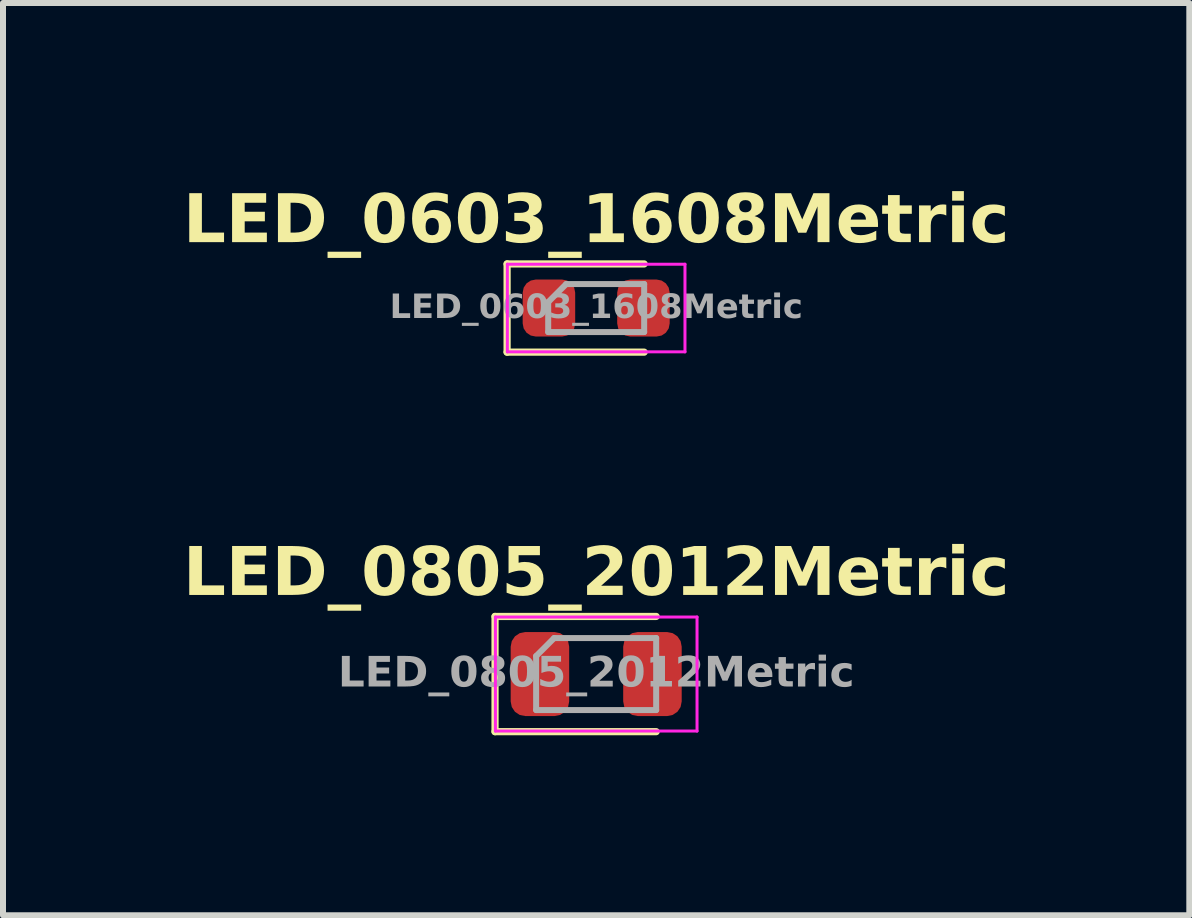
<source format=kicad_pcb>
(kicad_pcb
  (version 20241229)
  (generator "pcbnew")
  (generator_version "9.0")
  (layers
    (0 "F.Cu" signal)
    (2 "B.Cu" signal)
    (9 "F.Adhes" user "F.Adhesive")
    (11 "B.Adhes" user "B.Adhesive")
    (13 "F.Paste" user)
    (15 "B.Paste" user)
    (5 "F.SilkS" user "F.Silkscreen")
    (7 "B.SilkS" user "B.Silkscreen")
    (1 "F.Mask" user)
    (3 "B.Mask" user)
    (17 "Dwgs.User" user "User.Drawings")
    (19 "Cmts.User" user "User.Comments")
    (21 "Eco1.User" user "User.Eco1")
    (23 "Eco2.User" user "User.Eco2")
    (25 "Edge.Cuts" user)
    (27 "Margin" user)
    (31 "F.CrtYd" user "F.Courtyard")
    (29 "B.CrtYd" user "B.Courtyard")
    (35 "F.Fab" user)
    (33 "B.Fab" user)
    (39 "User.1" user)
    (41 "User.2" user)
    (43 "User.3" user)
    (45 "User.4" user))
  (footprint "LED_0603_1608Metric"
    (layer "F.Cu")
    (at 6.882 2.083)
    (property "Reference" "LED_0603_1608Metric" (at 0.003 -1.43 0) (layer "F.SilkS") (effects (font (face "JetBrains Mono SemiBold") (size 0.8 0.8) (thickness 0.1))))
    (attr smd)
    (fp_line (start -1.482 -0.735) (end -1.482 0.735) (stroke (width 0.12) (type solid)) (layer "F.SilkS"))
    (fp_line (start -1.482 0.735) (end 0.802 0.735) (stroke (width 0.12) (type solid)) (layer "F.SilkS"))
    (fp_line (start 0.802 -0.735) (end -1.482 -0.735) (stroke (width 0.12) (type solid)) (layer "F.SilkS"))
    (fp_line (start -1.478 -0.73) (end 1.482 -0.73) (stroke (width 0.05) (type solid)) (layer "F.CrtYd"))
    (fp_line (start -1.478 0.73) (end -1.478 -0.73) (stroke (width 0.05) (type solid)) (layer "F.CrtYd"))
    (fp_line (start 1.482 -0.73) (end 1.482 0.73) (stroke (width 0.05) (type solid)) (layer "F.CrtYd"))
    (fp_line (start 1.482 0.73) (end -1.478 0.73) (stroke (width 0.05) (type solid)) (layer "F.CrtYd"))
    (fp_line (start -0.797 -0.1) (end -0.797 0.4) (stroke (width 0.1) (type solid)) (layer "F.Fab"))
    (fp_line (start -0.797 0.4) (end 0.802 0.4) (stroke (width 0.1) (type solid)) (layer "F.Fab"))
    (fp_line (start -0.497 -0.4) (end -0.797 -0.1) (stroke (width 0.1) (type solid)) (layer "F.Fab"))
    (fp_line (start 0.802 -0.4) (end -0.497 -0.4) (stroke (width 0.1) (type solid)) (layer "F.Fab"))
    (fp_line (start 0.802 0.4) (end 0.802 -0.4) (stroke (width 0.1) (type solid)) (layer "F.Fab"))
    (fp_text user "${REFERENCE}" (at 0.003 0 0) (layer "F.Fab") (effects (font (face "JetBrains Mono SemiBold") (size 0.4 0.4) (thickness 0.06))))
    (pad "1" smd roundrect (at -0.785 0) (size 0.875 0.95) (layers "F.Cu" "F.Mask" "F.Paste") (roundrect_rratio 0.25))
    (pad "2" smd roundrect (at 0.79 0) (size 0.875 0.95) (layers "F.Cu" "F.Mask" "F.Paste") (roundrect_rratio 0.25)))
  (footprint "LED_0805_2012Metric"
    (layer "F.Cu")
    (at 6.882 8.182)
    (property "Reference" "LED_0805_2012Metric" (at 0.003 -1.65 0) (layer "F.SilkS") (effects (font (face "JetBrains Mono SemiBold") (size 0.8 0.8) (thickness 0.1))))
    (attr smd)
    (fp_line (start -1.683 -0.96) (end -1.683 0.96) (stroke (width 0.12) (type solid)) (layer "F.SilkS"))
    (fp_line (start -1.683 0.96) (end 1.002 0.96) (stroke (width 0.12) (type solid)) (layer "F.SilkS"))
    (fp_line (start 1.002 -0.96) (end -1.683 -0.96) (stroke (width 0.12) (type solid)) (layer "F.SilkS"))
    (fp_line (start -1.677 -0.95) (end 1.683 -0.95) (stroke (width 0.05) (type solid)) (layer "F.CrtYd"))
    (fp_line (start -1.677 0.95) (end -1.677 -0.95) (stroke (width 0.05) (type solid)) (layer "F.CrtYd"))
    (fp_line (start 1.683 -0.95) (end 1.683 0.95) (stroke (width 0.05) (type solid)) (layer "F.CrtYd"))
    (fp_line (start 1.683 0.95) (end -1.677 0.95) (stroke (width 0.05) (type solid)) (layer "F.CrtYd"))
    (fp_line (start -0.998 -0.3) (end -0.998 0.6) (stroke (width 0.1) (type solid)) (layer "F.Fab"))
    (fp_line (start -0.998 0.6) (end 1.002 0.6) (stroke (width 0.1) (type solid)) (layer "F.Fab"))
    (fp_line (start -0.698 -0.6) (end -0.998 -0.3) (stroke (width 0.1) (type solid)) (layer "F.Fab"))
    (fp_line (start 1.002 -0.6) (end -0.698 -0.6) (stroke (width 0.1) (type solid)) (layer "F.Fab"))
    (fp_line (start 1.002 0.6) (end 1.002 -0.6) (stroke (width 0.1) (type solid)) (layer "F.Fab"))
    (fp_text user "${REFERENCE}" (at 0.003 0 0) (layer "F.Fab") (effects (font (face "JetBrains Mono SemiBold") (size 0.5 0.5) (thickness 0.08))))
    (pad "1" smd roundrect (at -0.935 0) (size 0.975 1.4) (layers "F.Cu" "F.Mask" "F.Paste") (roundrect_rratio 0.25))
    (pad "2" smd roundrect (at 0.94 0) (size 0.975 1.4) (layers "F.Cu" "F.Mask" "F.Paste") (roundrect_rratio 0.25)))
  (gr_rect
    (start -3 -3)
    (end 16.768 12.202)
    (stroke (width 0.1) (type default))
    (fill no)
    (layer "Edge.Cuts")))
</source>
